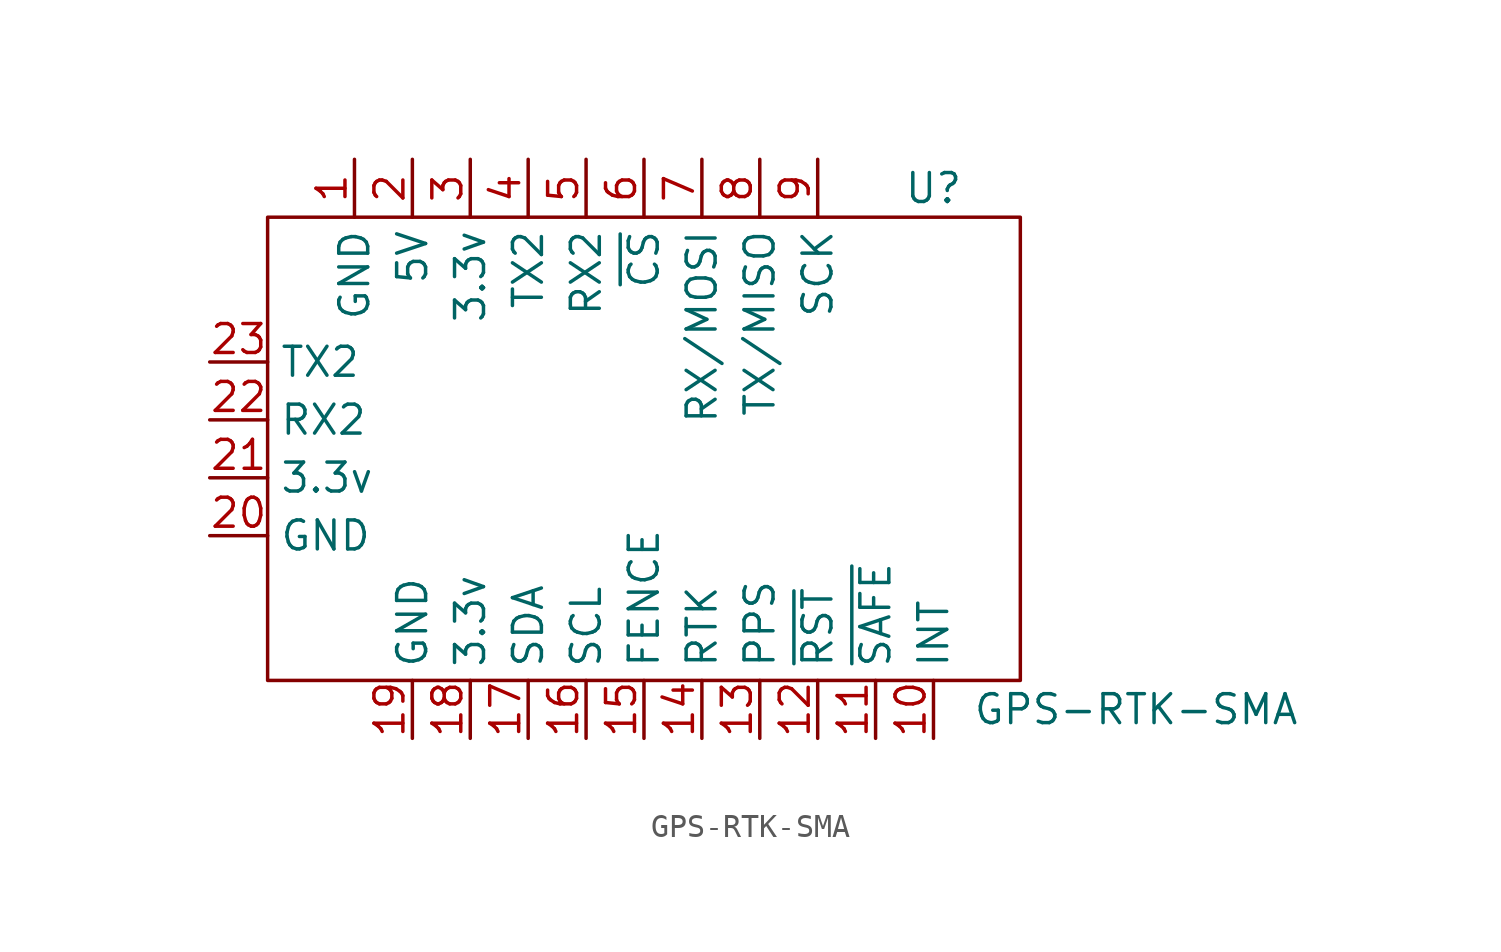
<source format=kicad_sym>
(kicad_symbol_lib
  (version 20211014)
  (generator kicad_symbol_editor)
  (symbol "GPS-RTK-SMA"
    (property "Reference" "U"
      (at 12.7 15.24 0)
      (effects (font (size 1.27 1.27))))
    (property "Value" "GPS-RTK-SMA"
      (at 21.59 -7.62 0)
      (effects (font (size 1.27 1.27))))
    (symbol "GPS-RTK-SMA_0_1"
      (rectangle (start -16.51 13.97) (end 16.51 -6.35) (stroke (width 0) (type default) (color 0 0 0 0)) (fill (type none))))
    (symbol "GPS-RTK-SMA_1_1"
      (pin power_in line (at -12.7 16.51 270) (length 2.54) (name "GND" (effects (font (size 1.27 1.27)))) (number "1" (effects (font (size 1.27 1.27)))))
      (pin output line (at 12.7 -8.89 90) (length 2.54) (name "INT" (effects (font (size 1.27 1.27)))) (number "10" (effects (font (size 1.27 1.27)))))
      (pin output line (at 10.16 -8.89 90) (length 2.54) (name "~{SAFE}" (effects (font (size 1.27 1.27)))) (number "11" (effects (font (size 1.27 1.27)))))
      (pin output line (at 7.62 -8.89 90) (length 2.54) (name "~{RST}" (effects (font (size 1.27 1.27)))) (number "12" (effects (font (size 1.27 1.27)))))
      (pin output line (at 5.08 -8.89 90) (length 2.54) (name "PPS" (effects (font (size 1.27 1.27)))) (number "13" (effects (font (size 1.27 1.27)))))
      (pin output line (at 2.54 -8.89 90) (length 2.54) (name "RTK" (effects (font (size 1.27 1.27)))) (number "14" (effects (font (size 1.27 1.27)))))
      (pin output line (at 0 -8.89 90) (length 2.54) (name "FENCE" (effects (font (size 1.27 1.27)))) (number "15" (effects (font (size 1.27 1.27)))))
      (pin bidirectional line (at -2.54 -8.89 90) (length 2.54) (name "SCL" (effects (font (size 1.27 1.27)))) (number "16" (effects (font (size 1.27 1.27)))))
      (pin bidirectional line (at -5.08 -8.89 90) (length 2.54) (name "SDA" (effects (font (size 1.27 1.27)))) (number "17" (effects (font (size 1.27 1.27)))))
      (pin power_in line (at -7.62 -8.89 90) (length 2.54) (name "3.3v" (effects (font (size 1.27 1.27)))) (number "18" (effects (font (size 1.27 1.27)))))
      (pin power_in line (at -10.16 -8.89 90) (length 2.54) (name "GND" (effects (font (size 1.27 1.27)))) (number "19" (effects (font (size 1.27 1.27)))))
      (pin power_in line (at -10.16 16.51 270) (length 2.54) (name "5V" (effects (font (size 1.27 1.27)))) (number "2" (effects (font (size 1.27 1.27)))))
      (pin power_in line (at -19.05 0 0) (length 2.54) (name "GND" (effects (font (size 1.27 1.27)))) (number "20" (effects (font (size 1.27 1.27)))))
      (pin power_in line (at -19.05 2.54 0) (length 2.54) (name "3.3v" (effects (font (size 1.27 1.27)))) (number "21" (effects (font (size 1.27 1.27)))))
      (pin input line (at -19.05 5.08 0) (length 2.54) (name "RX2" (effects (font (size 1.27 1.27)))) (number "22" (effects (font (size 1.27 1.27)))))
      (pin output line (at -19.05 7.62 0) (length 2.54) (name "TX2" (effects (font (size 1.27 1.27)))) (number "23" (effects (font (size 1.27 1.27)))))
      (pin power_in line (at -7.62 16.51 270) (length 2.54) (name "3.3v" (effects (font (size 1.27 1.27)))) (number "3" (effects (font (size 1.27 1.27)))))
      (pin output line (at -5.08 16.51 270) (length 2.54) (name "TX2" (effects (font (size 1.27 1.27)))) (number "4" (effects (font (size 1.27 1.27)))))
      (pin input line (at -2.54 16.51 270) (length 2.54) (name "RX2" (effects (font (size 1.27 1.27)))) (number "5" (effects (font (size 1.27 1.27)))))
      (pin input line (at 0 16.51 270) (length 2.54) (name "~{CS}" (effects (font (size 1.27 1.27)))) (number "6" (effects (font (size 1.27 1.27)))))
      (pin input line (at 2.54 16.51 270) (length 2.54) (name "RX/MOSI" (effects (font (size 1.27 1.27)))) (number "7" (effects (font (size 1.27 1.27)))))
      (pin output line (at 5.08 16.51 270) (length 2.54) (name "TX/MISO" (effects (font (size 1.27 1.27)))) (number "8" (effects (font (size 1.27 1.27)))))
      (pin input line (at 7.62 16.51 270) (length 2.54) (name "SCK" (effects (font (size 1.27 1.27)))) (number "9" (effects (font (size 1.27 1.27))))))))
</source>
